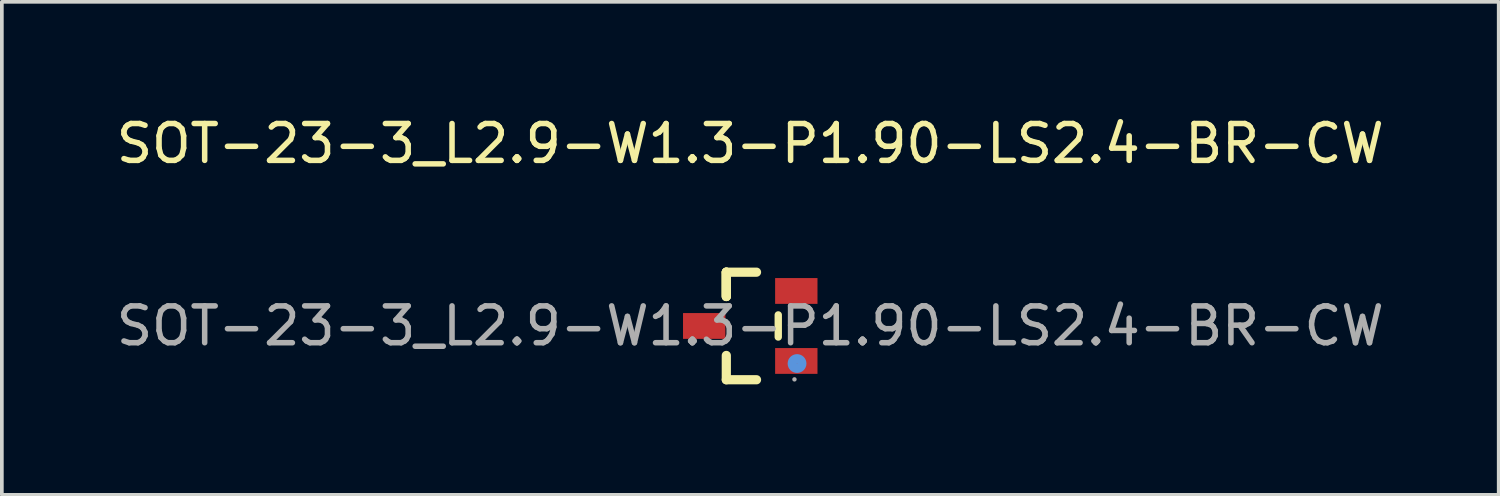
<source format=kicad_pcb>
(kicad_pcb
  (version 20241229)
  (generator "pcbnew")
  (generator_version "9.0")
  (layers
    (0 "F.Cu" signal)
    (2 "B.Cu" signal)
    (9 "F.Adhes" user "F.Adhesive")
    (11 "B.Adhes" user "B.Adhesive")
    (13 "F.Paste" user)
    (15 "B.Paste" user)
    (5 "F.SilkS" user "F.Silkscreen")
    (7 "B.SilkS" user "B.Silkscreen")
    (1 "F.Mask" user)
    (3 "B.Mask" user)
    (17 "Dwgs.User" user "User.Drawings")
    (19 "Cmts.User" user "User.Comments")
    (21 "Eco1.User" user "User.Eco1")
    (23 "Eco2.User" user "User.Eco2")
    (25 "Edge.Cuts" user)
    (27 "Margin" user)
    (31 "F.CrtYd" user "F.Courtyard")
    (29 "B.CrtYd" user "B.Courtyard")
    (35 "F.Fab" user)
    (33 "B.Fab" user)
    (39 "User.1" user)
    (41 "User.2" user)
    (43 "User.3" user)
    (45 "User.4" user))
  (footprint "SOT-23-3_L2.9-W1.3-P1.90-LS2.4-BR-CW"
    (layer "F.Cu")
    (at 17.315 5.798)
    (property "Reference" "SOT-23-3_L2.9-W1.3-P1.90-LS2.4-BR-CW" (at 0 -4.95 0) (layer "F.SilkS") (effects (font (size 1 1) (thickness 0.15))))
    (attr through_hole)
    (fp_line (start -0.65 -1.46) (end -0.65 -0.8) (stroke (width 0.25) (type solid)) (layer "F.SilkS"))
    (fp_line (start -0.65 -1.46) (end 0.17 -1.46) (stroke (width 0.25) (type solid)) (layer "F.SilkS"))
    (fp_line (start -0.65 -0.8) (end -0.65 -1.46) (stroke (width 0.25) (type solid)) (layer "F.SilkS"))
    (fp_line (start -0.65 -0.8) (end -0.65 -1.46) (stroke (width 0.25) (type solid)) (layer "F.SilkS"))
    (fp_line (start -0.65 1.46) (end -0.65 0.8) (stroke (width 0.25) (type solid)) (layer "F.SilkS"))
    (fp_line (start 0.17 1.46) (end -0.65 1.46) (stroke (width 0.25) (type solid)) (layer "F.SilkS"))
    (fp_line (start 0.76 0.3) (end 0.76 -0.3) (stroke (width 0.2) (type solid)) (layer "F.SilkS"))
    (fp_circle (center 1.27 1.02) (end 1.4 1.02) (stroke (width 0.25) (type solid)) (fill no) (layer "Cmts.User"))
    (fp_circle (center 1.2 1.45) (end 1.23 1.45) (stroke (width 0.06) (type solid)) (fill no) (layer "F.Fab"))
    (fp_text user "${REFERENCE}" (at 0 0 0) (layer "F.Fab") (effects (font (size 1 1) (thickness 0.15))))
    (pad "1" smd rect (at 1.25 0.95) (size 1.15 0.7) (layers "F.Cu" "F.Mask" "F.Paste"))
    (pad "2" smd rect (at -1.25 0) (size 1.15 0.7) (layers "F.Cu" "F.Mask" "F.Paste"))
    (pad "3" smd rect (at 1.25 -0.95) (size 1.15 0.7) (layers "F.Cu" "F.Mask" "F.Paste")))
  (gr_rect
    (start -3 -3)
    (end 37.631 10.383)
    (stroke (width 0.1) (type default))
    (fill no)
    (layer "Edge.Cuts")))
</source>
